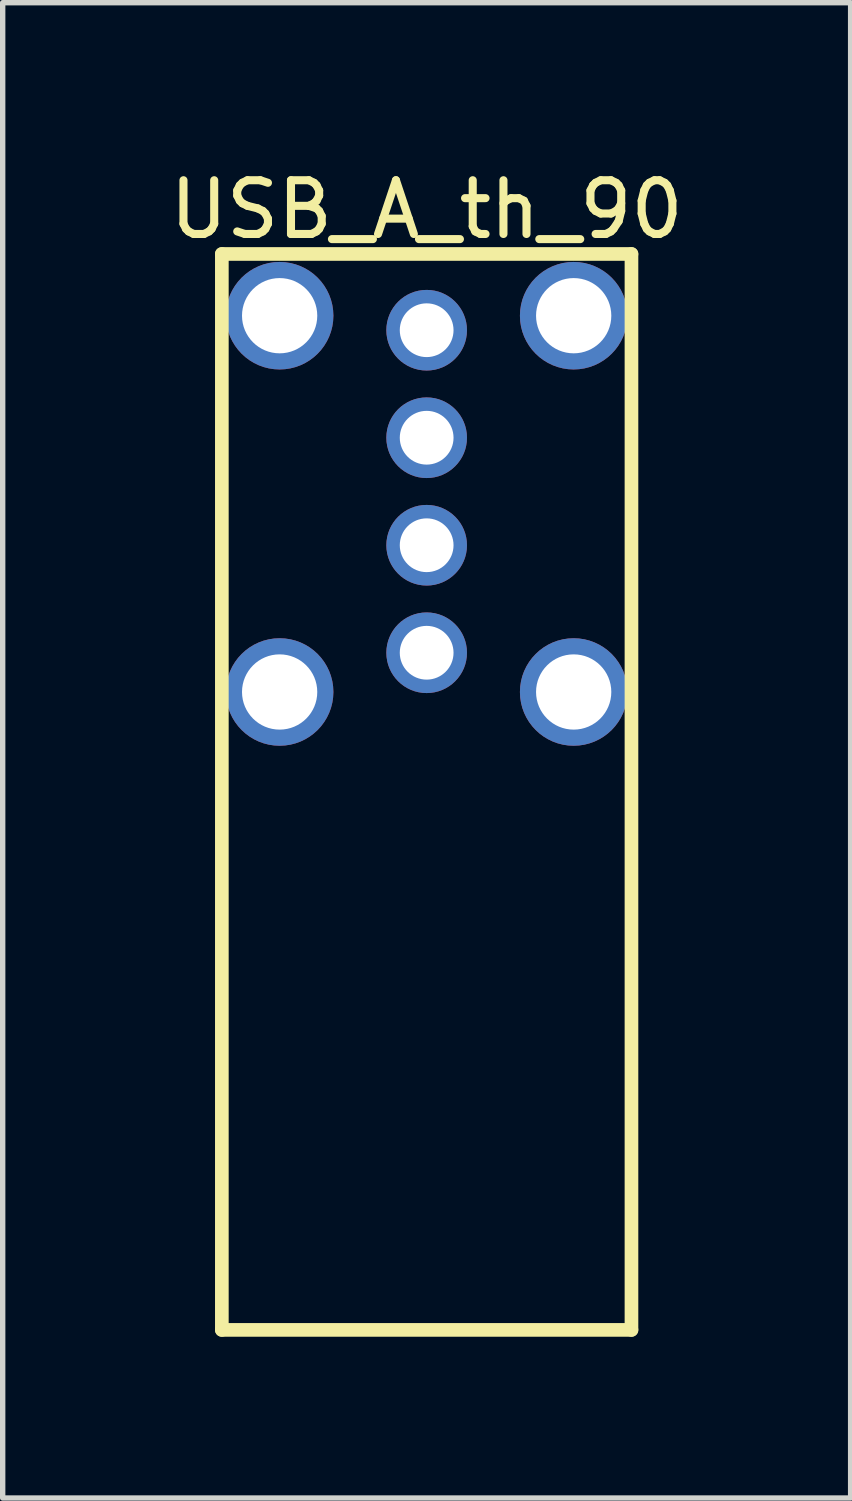
<source format=kicad_pcb>
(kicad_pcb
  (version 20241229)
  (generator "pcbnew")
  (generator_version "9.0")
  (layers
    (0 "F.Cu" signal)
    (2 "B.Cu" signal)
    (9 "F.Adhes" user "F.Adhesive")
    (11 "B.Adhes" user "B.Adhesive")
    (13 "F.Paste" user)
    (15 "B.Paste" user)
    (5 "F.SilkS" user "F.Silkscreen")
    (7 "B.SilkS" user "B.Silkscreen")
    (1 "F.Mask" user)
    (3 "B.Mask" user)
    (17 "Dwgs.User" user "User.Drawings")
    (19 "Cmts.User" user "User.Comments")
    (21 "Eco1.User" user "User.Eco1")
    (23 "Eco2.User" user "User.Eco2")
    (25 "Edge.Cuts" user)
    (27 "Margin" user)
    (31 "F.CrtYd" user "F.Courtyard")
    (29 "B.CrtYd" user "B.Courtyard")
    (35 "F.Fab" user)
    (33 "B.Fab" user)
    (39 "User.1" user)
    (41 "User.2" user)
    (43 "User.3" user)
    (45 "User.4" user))
  (footprint "USB_A_th_90"
    (layer "F.Cu")
    (at 4.887 6.323)
    (property "Reference" "USB_A_th_90" (at 0 -5.475 0) (layer "F.SilkS") (effects (font (size 1 1) (thickness 0.15))))
    (fp_line (start -3.81 -4.648) (end 3.81 -4.648) (stroke (width 0.254) (type solid)) (layer "F.SilkS"))
    (fp_line (start -3.81 15.367) (end -3.81 -4.648) (stroke (width 0.254) (type solid)) (layer "F.SilkS"))
    (fp_line (start -3.81 15.367) (end 3.81 15.367) (stroke (width 0.254) (type solid)) (layer "F.SilkS"))
    (fp_line (start 3.81 15.367) (end 3.81 -4.648) (stroke (width 0.254) (type solid)) (layer "F.SilkS"))
    (pad "1" thru_hole circle (at 0 2.77) (size 1.5 1.5) (drill 1) (layers "*.Cu" "*.Mask"))
    (pad "2" thru_hole circle (at 0 0.77) (size 1.5 1.5) (drill 1) (layers "*.Cu" "*.Mask"))
    (pad "3" thru_hole circle (at 0 -1.23) (size 1.5 1.5) (drill 1) (layers "*.Cu" "*.Mask"))
    (pad "4" thru_hole circle (at 0 -3.23) (size 1.5 1.5) (drill 1) (layers "*.Cu" "*.Mask"))
    (pad "5" thru_hole circle (at -2.735 3.5) (size 2 2) (drill 1.4) (layers "*.Cu" "*.Mask"))
    (pad "6" thru_hole circle (at -2.735 -3.5) (size 2 2) (drill 1.4) (layers "*.Cu" "*.Mask"))
    (pad "6" thru_hole circle (at 2.735 3.5) (size 2 2) (drill 1.4) (layers "*.Cu" "*.Mask"))
    (pad "8" thru_hole circle (at 2.735 -3.5) (size 2 2) (drill 1.4) (layers "*.Cu" "*.Mask")))
  (gr_rect
    (start -3 -3)
    (end 12.774 24.817)
    (stroke (width 0.1) (type default))
    (fill no)
    (layer "Edge.Cuts")))
</source>
